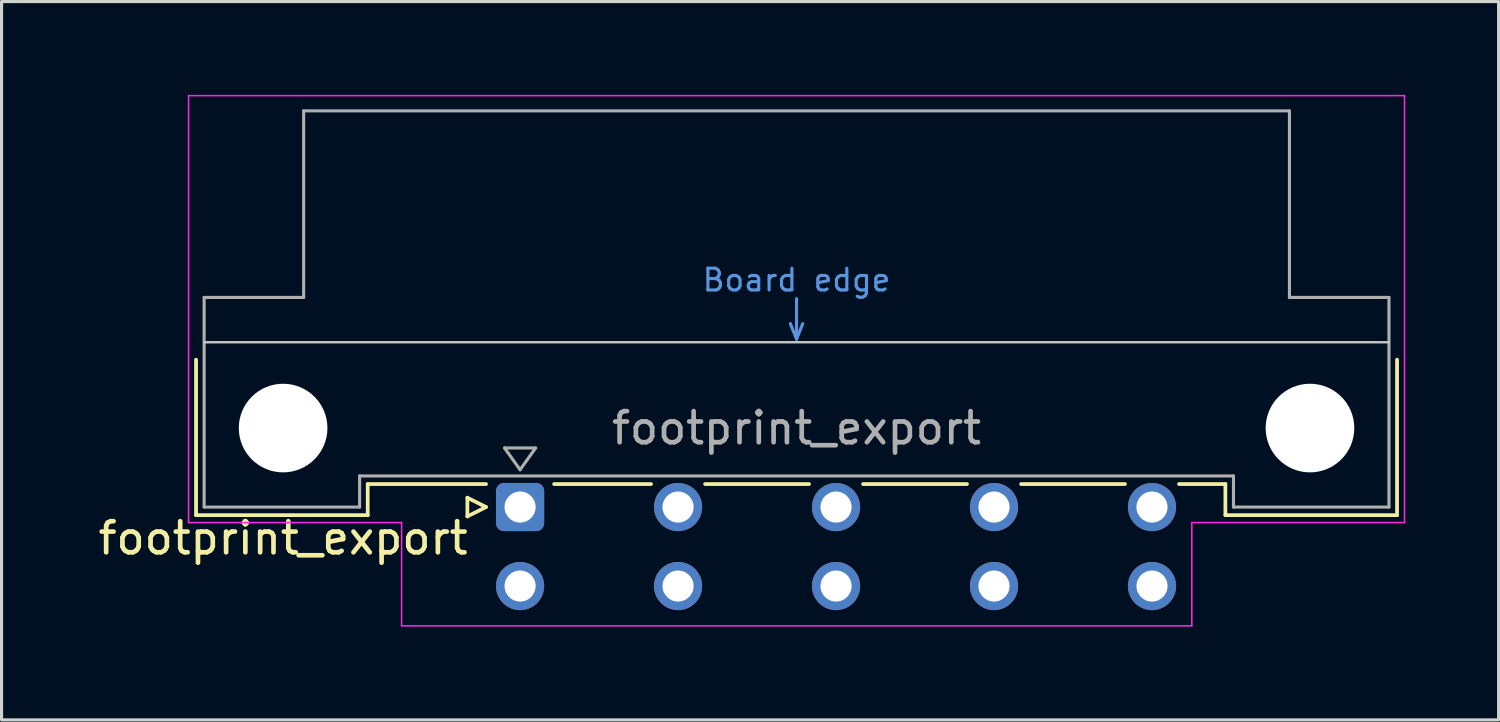
<source format=kicad_pcb>
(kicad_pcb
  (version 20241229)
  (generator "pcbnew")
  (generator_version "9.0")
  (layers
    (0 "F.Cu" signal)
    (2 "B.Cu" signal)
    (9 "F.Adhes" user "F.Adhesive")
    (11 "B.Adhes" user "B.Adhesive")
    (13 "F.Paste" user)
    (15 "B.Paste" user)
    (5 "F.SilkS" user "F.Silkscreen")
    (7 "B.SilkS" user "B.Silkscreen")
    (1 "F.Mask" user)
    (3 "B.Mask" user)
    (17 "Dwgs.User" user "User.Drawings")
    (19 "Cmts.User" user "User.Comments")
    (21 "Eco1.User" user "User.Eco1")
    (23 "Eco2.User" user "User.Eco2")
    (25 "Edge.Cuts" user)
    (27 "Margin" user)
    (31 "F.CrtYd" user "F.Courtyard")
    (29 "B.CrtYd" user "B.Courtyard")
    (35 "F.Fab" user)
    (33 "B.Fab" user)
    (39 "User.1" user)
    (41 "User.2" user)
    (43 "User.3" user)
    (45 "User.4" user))
  (footprint "footprint_export"
    (layer "F.Cu")
    (at 11.134 13.255)
    (property "Reference" "footprint_export" (at -5.08 1 0) (layer "F.SilkS") (effects (font (size 1 1) (thickness 0.15))))
    (attr through_hole)
    (fp_line (start -7.88 -4.74) (end -7.88 0.26) (stroke (width 0.12) (type solid)) (layer "F.SilkS"))
    (fp_line (start -7.88 0.26) (end -2.36 0.26) (stroke (width 0.12) (type solid)) (layer "F.SilkS"))
    (fp_line (start -2.361 -0.74) (end 1.445 -0.74) (stroke (width 0.12) (type solid)) (layer "F.SilkS"))
    (fp_line (start -2.36 0.26) (end -2.36 -0.74) (stroke (width 0.12) (type solid)) (layer "F.SilkS"))
    (fp_line (start 0.845 -0.3) (end 0.845 0.3) (stroke (width 0.12) (type solid)) (layer "F.SilkS"))
    (fp_line (start 0.845 0.3) (end 1.445 0) (stroke (width 0.12) (type solid)) (layer "F.SilkS"))
    (fp_line (start 1.445 0) (end 0.845 -0.3) (stroke (width 0.12) (type solid)) (layer "F.SilkS"))
    (fp_line (start 3.635 -0.74) (end 6.751 -0.74) (stroke (width 0.12) (type solid)) (layer "F.SilkS"))
    (fp_line (start 8.49 -0.74) (end 11.831 -0.74) (stroke (width 0.12) (type solid)) (layer "F.SilkS"))
    (fp_line (start 13.57 -0.74) (end 16.911 -0.74) (stroke (width 0.12) (type solid)) (layer "F.SilkS"))
    (fp_line (start 18.65 -0.74) (end 21.991 -0.74) (stroke (width 0.12) (type solid)) (layer "F.SilkS"))
    (fp_line (start 23.73 -0.74) (end 25.22 -0.74) (stroke (width 0.12) (type solid)) (layer "F.SilkS"))
    (fp_line (start 25.22 0.26) (end 25.22 -0.74) (stroke (width 0.12) (type solid)) (layer "F.SilkS"))
    (fp_line (start 30.74 -4.74) (end 30.74 0.26) (stroke (width 0.12) (type solid)) (layer "F.SilkS"))
    (fp_line (start 30.74 0.26) (end 25.22 0.26) (stroke (width 0.12) (type solid)) (layer "F.SilkS"))
    (fp_line (start -7.62 -5.3) (end 30.48 -5.3) (stroke (width 0.08) (type solid)) (layer "Dwgs.User"))
    (fp_line (start 11.23 -5.9) (end 11.43 -5.4) (stroke (width 0.1) (type solid)) (layer "Cmts.User"))
    (fp_line (start 11.43 -5.4) (end 11.43 -6.7) (stroke (width 0.1) (type solid)) (layer "Cmts.User"))
    (fp_line (start 11.43 -5.4) (end 11.63 -5.9) (stroke (width 0.1) (type solid)) (layer "Cmts.User"))
    (fp_line (start -8.12 -13.23) (end -8.12 0.5) (stroke (width 0.05) (type solid)) (layer "F.CrtYd"))
    (fp_line (start -8.12 0.5) (end -1.27 0.5) (stroke (width 0.05) (type solid)) (layer "F.CrtYd"))
    (fp_line (start -1.27 0.5) (end -1.27 3.82) (stroke (width 0.05) (type solid)) (layer "F.CrtYd"))
    (fp_line (start -1.27 3.82) (end 24.14 3.82) (stroke (width 0.05) (type solid)) (layer "F.CrtYd"))
    (fp_line (start 24.14 0.5) (end 30.98 0.5) (stroke (width 0.05) (type solid)) (layer "F.CrtYd"))
    (fp_line (start 24.14 3.82) (end 24.14 0.5) (stroke (width 0.05) (type solid)) (layer "F.CrtYd"))
    (fp_line (start 30.98 -13.23) (end -8.12 -13.23) (stroke (width 0.05) (type solid)) (layer "F.CrtYd"))
    (fp_line (start 30.98 0.5) (end 30.98 -13.23) (stroke (width 0.05) (type solid)) (layer "F.CrtYd"))
    (fp_line (start -7.62 -6.74) (end -7.62 0) (stroke (width 0.1) (type solid)) (layer "F.Fab"))
    (fp_line (start -7.62 0) (end -2.62 0) (stroke (width 0.1) (type solid)) (layer "F.Fab"))
    (fp_line (start -4.42 -12.74) (end -4.42 -6.74) (stroke (width 0.1) (type solid)) (layer "F.Fab"))
    (fp_line (start -4.42 -6.74) (end -7.62 -6.74) (stroke (width 0.1) (type solid)) (layer "F.Fab"))
    (fp_line (start -2.62 -1) (end 25.48 -1) (stroke (width 0.1) (type solid)) (layer "F.Fab"))
    (fp_line (start -2.62 0) (end -2.62 -1) (stroke (width 0.1) (type solid)) (layer "F.Fab"))
    (fp_line (start 2.04 -1.9) (end 3.04 -1.9) (stroke (width 0.1) (type solid)) (layer "F.Fab"))
    (fp_line (start 2.54 -1.2) (end 2.04 -1.9) (stroke (width 0.1) (type solid)) (layer "F.Fab"))
    (fp_line (start 3.04 -1.9) (end 2.54 -1.2) (stroke (width 0.1) (type solid)) (layer "F.Fab"))
    (fp_line (start 25.48 -1) (end 25.48 0) (stroke (width 0.1) (type solid)) (layer "F.Fab"))
    (fp_line (start 25.48 0) (end 30.48 0) (stroke (width 0.1) (type solid)) (layer "F.Fab"))
    (fp_line (start 27.28 -12.74) (end -4.42 -12.74) (stroke (width 0.1) (type solid)) (layer "F.Fab"))
    (fp_line (start 27.28 -6.74) (end 27.28 -12.74) (stroke (width 0.1) (type solid)) (layer "F.Fab"))
    (fp_line (start 30.48 -6.74) (end 27.28 -6.74) (stroke (width 0.1) (type solid)) (layer "F.Fab"))
    (fp_line (start 30.48 0) (end 30.48 -6.74) (stroke (width 0.1) (type solid)) (layer "F.Fab"))
    (fp_text user "Board edge" (at 11.43 -7.3 0) (layer "Cmts.User") (effects (font (size 0.7 0.7) (thickness 0.1))))
    (fp_text user "${REFERENCE}" (at 11.43 -2.54 0) (layer "F.Fab") (effects (font (size 1 1) (thickness 0.15))))
    (pad "" np_thru_hole circle (at -5.08 -2.54) (size 2.85 2.85) (drill 2.85) (layers "*.Cu" "*.Mask"))
    (pad "" np_thru_hole circle (at 27.94 -2.54) (size 2.85 2.85) (drill 2.85) (layers "*.Cu" "*.Mask"))
    (pad "a2" thru_hole roundrect (at 2.54 0) (size 1.55 1.55) (drill 1) (layers "*.Cu" "*.Mask") (roundrect_rratio 0.161))
    (pad "a4" thru_hole circle (at 7.62 0) (size 1.55 1.55) (drill 1) (layers "*.Cu" "*.Mask"))
    (pad "a6" thru_hole circle (at 12.7 0) (size 1.55 1.55) (drill 1) (layers "*.Cu" "*.Mask"))
    (pad "a8" thru_hole circle (at 17.78 0) (size 1.55 1.55) (drill 1) (layers "*.Cu" "*.Mask"))
    (pad "a10" thru_hole circle (at 22.86 0) (size 1.55 1.55) (drill 1) (layers "*.Cu" "*.Mask"))
    (pad "b2" thru_hole circle (at 2.54 2.54) (size 1.55 1.55) (drill 1) (layers "*.Cu" "*.Mask"))
    (pad "b4" thru_hole circle (at 7.62 2.54) (size 1.55 1.55) (drill 1) (layers "*.Cu" "*.Mask"))
    (pad "b6" thru_hole circle (at 12.7 2.54) (size 1.55 1.55) (drill 1) (layers "*.Cu" "*.Mask"))
    (pad "b8" thru_hole circle (at 17.78 2.54) (size 1.55 1.55) (drill 1) (layers "*.Cu" "*.Mask"))
    (pad "b10" thru_hole circle (at 22.86 2.54) (size 1.55 1.55) (drill 1) (layers "*.Cu" "*.Mask")))
  (gr_rect
    (start -3 -3)
    (end 45.139 20.1)
    (stroke (width 0.1) (type default))
    (fill no)
    (layer "Edge.Cuts")))
</source>
